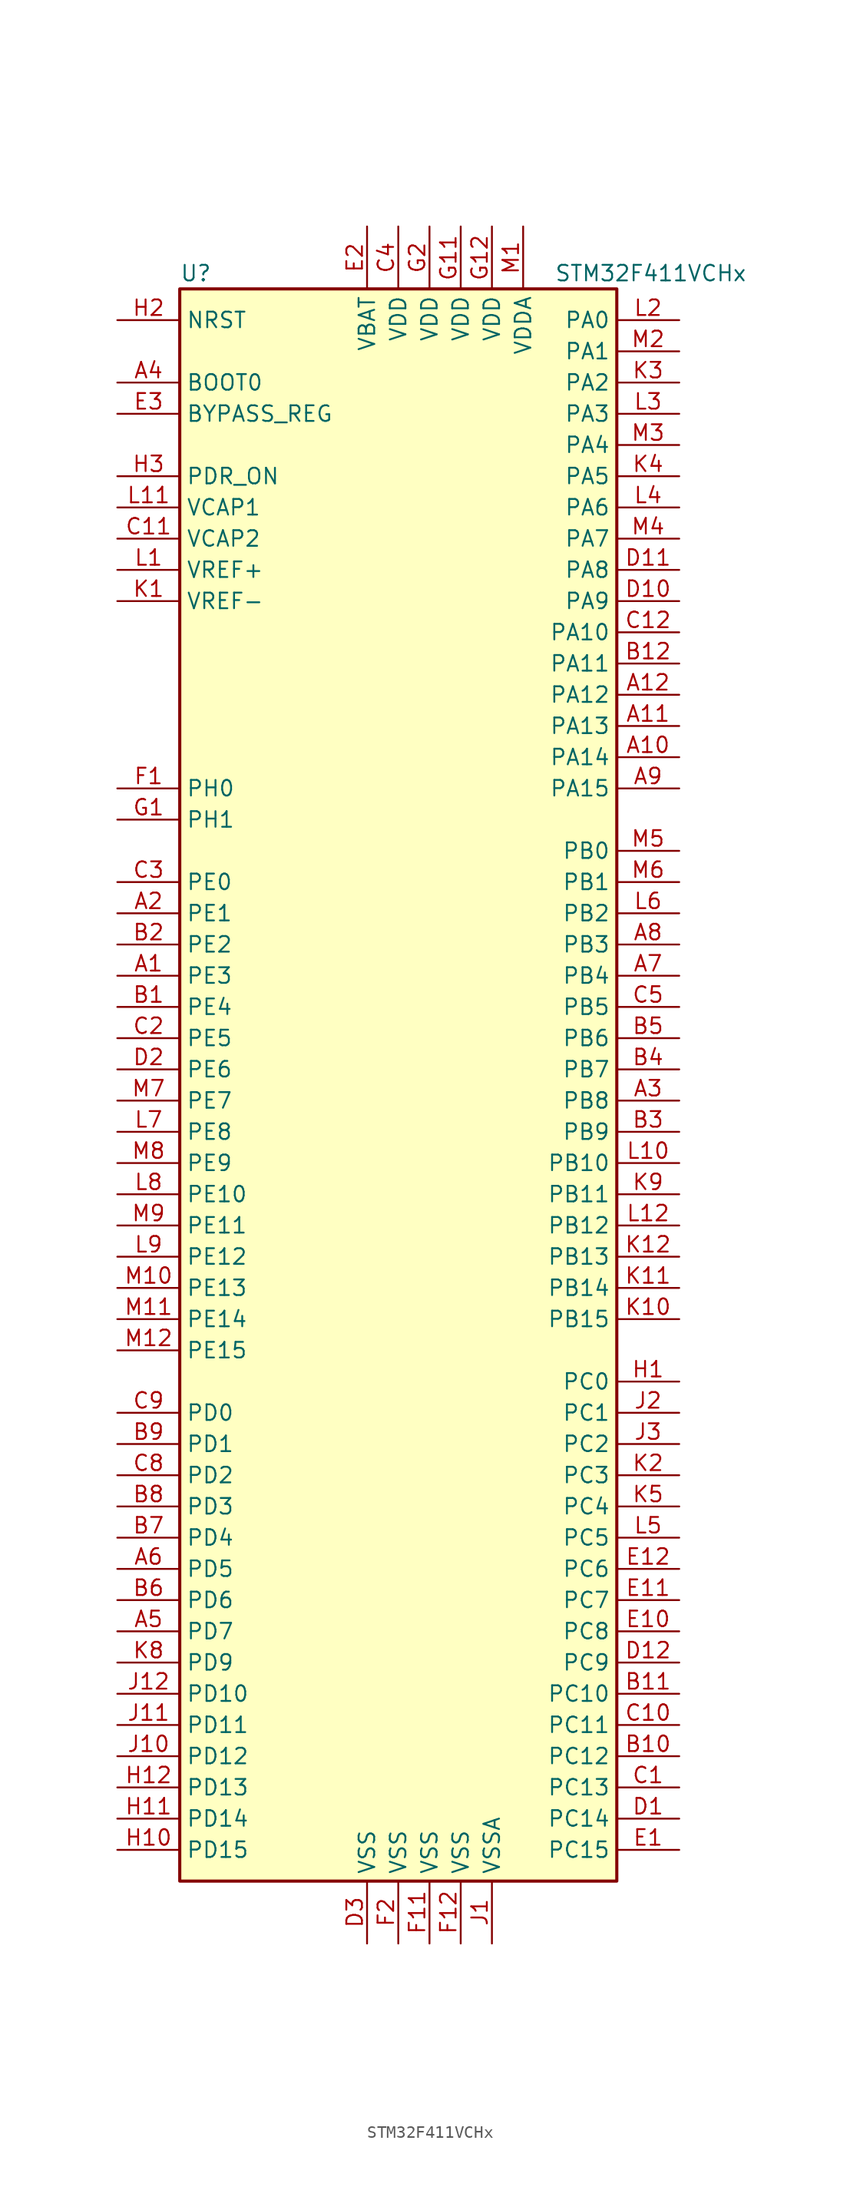
<source format=kicad_sym>
(kicad_symbol_lib
  (version 20211014)
  (generator kicad_symbol_editor)
  (symbol "STM32F411VCHx"
    (property "Reference" "U"
      (at -17.78 64.77 0)
      (effects (font (size 1.27 1.27)) (justify left)))
    (property "Value" "STM32F411VCHx"
      (at 12.7 64.77 0)
      (effects (font (size 1.27 1.27)) (justify left)))
    (symbol "STM32F411VCHx_0_1"
      (rectangle (start -17.78 -66.04) (end 17.78 63.5) (stroke (width 0.254) (type default) (color 0 0 0 0)) (fill (type background))))
    (symbol "STM32F411VCHx_1_1"
      (pin bidirectional line (at -22.86 7.62 0) (length 5.08) (name "PE3" (effects (font (size 1.27 1.27)))) (number "A1" (effects (font (size 1.27 1.27)))))
      (pin bidirectional line (at 22.86 25.4 180) (length 5.08) (name "PA14" (effects (font (size 1.27 1.27)))) (number "A10" (effects (font (size 1.27 1.27)))))
      (pin bidirectional line (at 22.86 27.94 180) (length 5.08) (name "PA13" (effects (font (size 1.27 1.27)))) (number "A11" (effects (font (size 1.27 1.27)))))
      (pin bidirectional line (at 22.86 30.48 180) (length 5.08) (name "PA12" (effects (font (size 1.27 1.27)))) (number "A12" (effects (font (size 1.27 1.27)))))
      (pin bidirectional line (at -22.86 12.7 0) (length 5.08) (name "PE1" (effects (font (size 1.27 1.27)))) (number "A2" (effects (font (size 1.27 1.27)))))
      (pin bidirectional line (at 22.86 -2.54 180) (length 5.08) (name "PB8" (effects (font (size 1.27 1.27)))) (number "A3" (effects (font (size 1.27 1.27)))))
      (pin input line (at -22.86 55.88 0) (length 5.08) (name "BOOT0" (effects (font (size 1.27 1.27)))) (number "A4" (effects (font (size 1.27 1.27)))))
      (pin bidirectional line (at -22.86 -45.72 0) (length 5.08) (name "PD7" (effects (font (size 1.27 1.27)))) (number "A5" (effects (font (size 1.27 1.27)))))
      (pin bidirectional line (at -22.86 -40.64 0) (length 5.08) (name "PD5" (effects (font (size 1.27 1.27)))) (number "A6" (effects (font (size 1.27 1.27)))))
      (pin bidirectional line (at 22.86 7.62 180) (length 5.08) (name "PB4" (effects (font (size 1.27 1.27)))) (number "A7" (effects (font (size 1.27 1.27)))))
      (pin bidirectional line (at 22.86 10.16 180) (length 5.08) (name "PB3" (effects (font (size 1.27 1.27)))) (number "A8" (effects (font (size 1.27 1.27)))))
      (pin bidirectional line (at 22.86 22.86 180) (length 5.08) (name "PA15" (effects (font (size 1.27 1.27)))) (number "A9" (effects (font (size 1.27 1.27)))))
      (pin bidirectional line (at -22.86 5.08 0) (length 5.08) (name "PE4" (effects (font (size 1.27 1.27)))) (number "B1" (effects (font (size 1.27 1.27)))))
      (pin bidirectional line (at 22.86 -55.88 180) (length 5.08) (name "PC12" (effects (font (size 1.27 1.27)))) (number "B10" (effects (font (size 1.27 1.27)))))
      (pin bidirectional line (at 22.86 -50.8 180) (length 5.08) (name "PC10" (effects (font (size 1.27 1.27)))) (number "B11" (effects (font (size 1.27 1.27)))))
      (pin bidirectional line (at 22.86 33.02 180) (length 5.08) (name "PA11" (effects (font (size 1.27 1.27)))) (number "B12" (effects (font (size 1.27 1.27)))))
      (pin bidirectional line (at -22.86 10.16 0) (length 5.08) (name "PE2" (effects (font (size 1.27 1.27)))) (number "B2" (effects (font (size 1.27 1.27)))))
      (pin bidirectional line (at 22.86 -5.08 180) (length 5.08) (name "PB9" (effects (font (size 1.27 1.27)))) (number "B3" (effects (font (size 1.27 1.27)))))
      (pin bidirectional line (at 22.86 0 180) (length 5.08) (name "PB7" (effects (font (size 1.27 1.27)))) (number "B4" (effects (font (size 1.27 1.27)))))
      (pin bidirectional line (at 22.86 2.54 180) (length 5.08) (name "PB6" (effects (font (size 1.27 1.27)))) (number "B5" (effects (font (size 1.27 1.27)))))
      (pin bidirectional line (at -22.86 -43.18 0) (length 5.08) (name "PD6" (effects (font (size 1.27 1.27)))) (number "B6" (effects (font (size 1.27 1.27)))))
      (pin bidirectional line (at -22.86 -38.1 0) (length 5.08) (name "PD4" (effects (font (size 1.27 1.27)))) (number "B7" (effects (font (size 1.27 1.27)))))
      (pin bidirectional line (at -22.86 -35.56 0) (length 5.08) (name "PD3" (effects (font (size 1.27 1.27)))) (number "B8" (effects (font (size 1.27 1.27)))))
      (pin bidirectional line (at -22.86 -30.48 0) (length 5.08) (name "PD1" (effects (font (size 1.27 1.27)))) (number "B9" (effects (font (size 1.27 1.27)))))
      (pin bidirectional line (at 22.86 -58.42 180) (length 5.08) (name "PC13" (effects (font (size 1.27 1.27)))) (number "C1" (effects (font (size 1.27 1.27)))))
      (pin bidirectional line (at 22.86 -53.34 180) (length 5.08) (name "PC11" (effects (font (size 1.27 1.27)))) (number "C10" (effects (font (size 1.27 1.27)))))
      (pin power_in line (at -22.86 43.18 0) (length 5.08) (name "VCAP2" (effects (font (size 1.27 1.27)))) (number "C11" (effects (font (size 1.27 1.27)))))
      (pin bidirectional line (at 22.86 35.56 180) (length 5.08) (name "PA10" (effects (font (size 1.27 1.27)))) (number "C12" (effects (font (size 1.27 1.27)))))
      (pin bidirectional line (at -22.86 2.54 0) (length 5.08) (name "PE5" (effects (font (size 1.27 1.27)))) (number "C2" (effects (font (size 1.27 1.27)))))
      (pin bidirectional line (at -22.86 15.24 0) (length 5.08) (name "PE0" (effects (font (size 1.27 1.27)))) (number "C3" (effects (font (size 1.27 1.27)))))
      (pin power_in line (at 0 68.58 270) (length 5.08) (name "VDD" (effects (font (size 1.27 1.27)))) (number "C4" (effects (font (size 1.27 1.27)))))
      (pin bidirectional line (at 22.86 5.08 180) (length 5.08) (name "PB5" (effects (font (size 1.27 1.27)))) (number "C5" (effects (font (size 1.27 1.27)))))
      (pin bidirectional line (at -22.86 -33.02 0) (length 5.08) (name "PD2" (effects (font (size 1.27 1.27)))) (number "C8" (effects (font (size 1.27 1.27)))))
      (pin bidirectional line (at -22.86 -27.94 0) (length 5.08) (name "PD0" (effects (font (size 1.27 1.27)))) (number "C9" (effects (font (size 1.27 1.27)))))
      (pin bidirectional line (at 22.86 -60.96 180) (length 5.08) (name "PC14" (effects (font (size 1.27 1.27)))) (number "D1" (effects (font (size 1.27 1.27)))))
      (pin bidirectional line (at 22.86 38.1 180) (length 5.08) (name "PA9" (effects (font (size 1.27 1.27)))) (number "D10" (effects (font (size 1.27 1.27)))))
      (pin bidirectional line (at 22.86 40.64 180) (length 5.08) (name "PA8" (effects (font (size 1.27 1.27)))) (number "D11" (effects (font (size 1.27 1.27)))))
      (pin bidirectional line (at 22.86 -48.26 180) (length 5.08) (name "PC9" (effects (font (size 1.27 1.27)))) (number "D12" (effects (font (size 1.27 1.27)))))
      (pin bidirectional line (at -22.86 0 0) (length 5.08) (name "PE6" (effects (font (size 1.27 1.27)))) (number "D2" (effects (font (size 1.27 1.27)))))
      (pin power_in line (at -2.54 -71.12 90) (length 5.08) (name "VSS" (effects (font (size 1.27 1.27)))) (number "D3" (effects (font (size 1.27 1.27)))))
      (pin bidirectional line (at 22.86 -63.5 180) (length 5.08) (name "PC15" (effects (font (size 1.27 1.27)))) (number "E1" (effects (font (size 1.27 1.27)))))
      (pin bidirectional line (at 22.86 -45.72 180) (length 5.08) (name "PC8" (effects (font (size 1.27 1.27)))) (number "E10" (effects (font (size 1.27 1.27)))))
      (pin bidirectional line (at 22.86 -43.18 180) (length 5.08) (name "PC7" (effects (font (size 1.27 1.27)))) (number "E11" (effects (font (size 1.27 1.27)))))
      (pin bidirectional line (at 22.86 -40.64 180) (length 5.08) (name "PC6" (effects (font (size 1.27 1.27)))) (number "E12" (effects (font (size 1.27 1.27)))))
      (pin power_in line (at -2.54 68.58 270) (length 5.08) (name "VBAT" (effects (font (size 1.27 1.27)))) (number "E2" (effects (font (size 1.27 1.27)))))
      (pin input line (at -22.86 53.34 0) (length 5.08) (name "BYPASS_REG" (effects (font (size 1.27 1.27)))) (number "E3" (effects (font (size 1.27 1.27)))))
      (pin input line (at -22.86 22.86 0) (length 5.08) (name "PH0" (effects (font (size 1.27 1.27)))) (number "F1" (effects (font (size 1.27 1.27)))))
      (pin power_in line (at 2.54 -71.12 90) (length 5.08) (name "VSS" (effects (font (size 1.27 1.27)))) (number "F11" (effects (font (size 1.27 1.27)))))
      (pin power_in line (at 5.08 -71.12 90) (length 5.08) (name "VSS" (effects (font (size 1.27 1.27)))) (number "F12" (effects (font (size 1.27 1.27)))))
      (pin power_in line (at 0 -71.12 90) (length 5.08) (name "VSS" (effects (font (size 1.27 1.27)))) (number "F2" (effects (font (size 1.27 1.27)))))
      (pin input line (at -22.86 20.32 0) (length 5.08) (name "PH1" (effects (font (size 1.27 1.27)))) (number "G1" (effects (font (size 1.27 1.27)))))
      (pin power_in line (at 5.08 68.58 270) (length 5.08) (name "VDD" (effects (font (size 1.27 1.27)))) (number "G11" (effects (font (size 1.27 1.27)))))
      (pin power_in line (at 7.62 68.58 270) (length 5.08) (name "VDD" (effects (font (size 1.27 1.27)))) (number "G12" (effects (font (size 1.27 1.27)))))
      (pin power_in line (at 2.54 68.58 270) (length 5.08) (name "VDD" (effects (font (size 1.27 1.27)))) (number "G2" (effects (font (size 1.27 1.27)))))
      (pin bidirectional line (at 22.86 -25.4 180) (length 5.08) (name "PC0" (effects (font (size 1.27 1.27)))) (number "H1" (effects (font (size 1.27 1.27)))))
      (pin bidirectional line (at -22.86 -63.5 0) (length 5.08) (name "PD15" (effects (font (size 1.27 1.27)))) (number "H10" (effects (font (size 1.27 1.27)))))
      (pin bidirectional line (at -22.86 -60.96 0) (length 5.08) (name "PD14" (effects (font (size 1.27 1.27)))) (number "H11" (effects (font (size 1.27 1.27)))))
      (pin bidirectional line (at -22.86 -58.42 0) (length 5.08) (name "PD13" (effects (font (size 1.27 1.27)))) (number "H12" (effects (font (size 1.27 1.27)))))
      (pin input line (at -22.86 60.96 0) (length 5.08) (name "NRST" (effects (font (size 1.27 1.27)))) (number "H2" (effects (font (size 1.27 1.27)))))
      (pin power_in line (at -22.86 48.26 0) (length 5.08) (name "PDR_ON" (effects (font (size 1.27 1.27)))) (number "H3" (effects (font (size 1.27 1.27)))))
      (pin power_in line (at 7.62 -71.12 90) (length 5.08) (name "VSSA" (effects (font (size 1.27 1.27)))) (number "J1" (effects (font (size 1.27 1.27)))))
      (pin bidirectional line (at -22.86 -55.88 0) (length 5.08) (name "PD12" (effects (font (size 1.27 1.27)))) (number "J10" (effects (font (size 1.27 1.27)))))
      (pin bidirectional line (at -22.86 -53.34 0) (length 5.08) (name "PD11" (effects (font (size 1.27 1.27)))) (number "J11" (effects (font (size 1.27 1.27)))))
      (pin bidirectional line (at -22.86 -50.8 0) (length 5.08) (name "PD10" (effects (font (size 1.27 1.27)))) (number "J12" (effects (font (size 1.27 1.27)))))
      (pin bidirectional line (at 22.86 -27.94 180) (length 5.08) (name "PC1" (effects (font (size 1.27 1.27)))) (number "J2" (effects (font (size 1.27 1.27)))))
      (pin bidirectional line (at 22.86 -30.48 180) (length 5.08) (name "PC2" (effects (font (size 1.27 1.27)))) (number "J3" (effects (font (size 1.27 1.27)))))
      (pin power_in line (at -22.86 38.1 0) (length 5.08) (name "VREF-" (effects (font (size 1.27 1.27)))) (number "K1" (effects (font (size 1.27 1.27)))))
      (pin bidirectional line (at 22.86 -20.32 180) (length 5.08) (name "PB15" (effects (font (size 1.27 1.27)))) (number "K10" (effects (font (size 1.27 1.27)))))
      (pin bidirectional line (at 22.86 -17.78 180) (length 5.08) (name "PB14" (effects (font (size 1.27 1.27)))) (number "K11" (effects (font (size 1.27 1.27)))))
      (pin bidirectional line (at 22.86 -15.24 180) (length 5.08) (name "PB13" (effects (font (size 1.27 1.27)))) (number "K12" (effects (font (size 1.27 1.27)))))
      (pin bidirectional line (at 22.86 -33.02 180) (length 5.08) (name "PC3" (effects (font (size 1.27 1.27)))) (number "K2" (effects (font (size 1.27 1.27)))))
      (pin bidirectional line (at 22.86 55.88 180) (length 5.08) (name "PA2" (effects (font (size 1.27 1.27)))) (number "K3" (effects (font (size 1.27 1.27)))))
      (pin bidirectional line (at 22.86 48.26 180) (length 5.08) (name "PA5" (effects (font (size 1.27 1.27)))) (number "K4" (effects (font (size 1.27 1.27)))))
      (pin bidirectional line (at 22.86 -35.56 180) (length 5.08) (name "PC4" (effects (font (size 1.27 1.27)))) (number "K5" (effects (font (size 1.27 1.27)))))
      (pin bidirectional line (at -22.86 -48.26 0) (length 5.08) (name "PD9" (effects (font (size 1.27 1.27)))) (number "K8" (effects (font (size 1.27 1.27)))))
      (pin bidirectional line (at 22.86 -10.16 180) (length 5.08) (name "PB11" (effects (font (size 1.27 1.27)))) (number "K9" (effects (font (size 1.27 1.27)))))
      (pin power_in line (at -22.86 40.64 0) (length 5.08) (name "VREF+" (effects (font (size 1.27 1.27)))) (number "L1" (effects (font (size 1.27 1.27)))))
      (pin bidirectional line (at 22.86 -7.62 180) (length 5.08) (name "PB10" (effects (font (size 1.27 1.27)))) (number "L10" (effects (font (size 1.27 1.27)))))
      (pin power_in line (at -22.86 45.72 0) (length 5.08) (name "VCAP1" (effects (font (size 1.27 1.27)))) (number "L11" (effects (font (size 1.27 1.27)))))
      (pin bidirectional line (at 22.86 -12.7 180) (length 5.08) (name "PB12" (effects (font (size 1.27 1.27)))) (number "L12" (effects (font (size 1.27 1.27)))))
      (pin bidirectional line (at 22.86 60.96 180) (length 5.08) (name "PA0" (effects (font (size 1.27 1.27)))) (number "L2" (effects (font (size 1.27 1.27)))))
      (pin bidirectional line (at 22.86 53.34 180) (length 5.08) (name "PA3" (effects (font (size 1.27 1.27)))) (number "L3" (effects (font (size 1.27 1.27)))))
      (pin bidirectional line (at 22.86 45.72 180) (length 5.08) (name "PA6" (effects (font (size 1.27 1.27)))) (number "L4" (effects (font (size 1.27 1.27)))))
      (pin bidirectional line (at 22.86 -38.1 180) (length 5.08) (name "PC5" (effects (font (size 1.27 1.27)))) (number "L5" (effects (font (size 1.27 1.27)))))
      (pin bidirectional line (at 22.86 12.7 180) (length 5.08) (name "PB2" (effects (font (size 1.27 1.27)))) (number "L6" (effects (font (size 1.27 1.27)))))
      (pin bidirectional line (at -22.86 -5.08 0) (length 5.08) (name "PE8" (effects (font (size 1.27 1.27)))) (number "L7" (effects (font (size 1.27 1.27)))))
      (pin bidirectional line (at -22.86 -10.16 0) (length 5.08) (name "PE10" (effects (font (size 1.27 1.27)))) (number "L8" (effects (font (size 1.27 1.27)))))
      (pin bidirectional line (at -22.86 -15.24 0) (length 5.08) (name "PE12" (effects (font (size 1.27 1.27)))) (number "L9" (effects (font (size 1.27 1.27)))))
      (pin power_in line (at 10.16 68.58 270) (length 5.08) (name "VDDA" (effects (font (size 1.27 1.27)))) (number "M1" (effects (font (size 1.27 1.27)))))
      (pin bidirectional line (at -22.86 -17.78 0) (length 5.08) (name "PE13" (effects (font (size 1.27 1.27)))) (number "M10" (effects (font (size 1.27 1.27)))))
      (pin bidirectional line (at -22.86 -20.32 0) (length 5.08) (name "PE14" (effects (font (size 1.27 1.27)))) (number "M11" (effects (font (size 1.27 1.27)))))
      (pin bidirectional line (at -22.86 -22.86 0) (length 5.08) (name "PE15" (effects (font (size 1.27 1.27)))) (number "M12" (effects (font (size 1.27 1.27)))))
      (pin bidirectional line (at 22.86 58.42 180) (length 5.08) (name "PA1" (effects (font (size 1.27 1.27)))) (number "M2" (effects (font (size 1.27 1.27)))))
      (pin bidirectional line (at 22.86 50.8 180) (length 5.08) (name "PA4" (effects (font (size 1.27 1.27)))) (number "M3" (effects (font (size 1.27 1.27)))))
      (pin bidirectional line (at 22.86 43.18 180) (length 5.08) (name "PA7" (effects (font (size 1.27 1.27)))) (number "M4" (effects (font (size 1.27 1.27)))))
      (pin bidirectional line (at 22.86 17.78 180) (length 5.08) (name "PB0" (effects (font (size 1.27 1.27)))) (number "M5" (effects (font (size 1.27 1.27)))))
      (pin bidirectional line (at 22.86 15.24 180) (length 5.08) (name "PB1" (effects (font (size 1.27 1.27)))) (number "M6" (effects (font (size 1.27 1.27)))))
      (pin bidirectional line (at -22.86 -2.54 0) (length 5.08) (name "PE7" (effects (font (size 1.27 1.27)))) (number "M7" (effects (font (size 1.27 1.27)))))
      (pin bidirectional line (at -22.86 -7.62 0) (length 5.08) (name "PE9" (effects (font (size 1.27 1.27)))) (number "M8" (effects (font (size 1.27 1.27)))))
      (pin bidirectional line (at -22.86 -12.7 0) (length 5.08) (name "PE11" (effects (font (size 1.27 1.27)))) (number "M9" (effects (font (size 1.27 1.27))))))))
</source>
